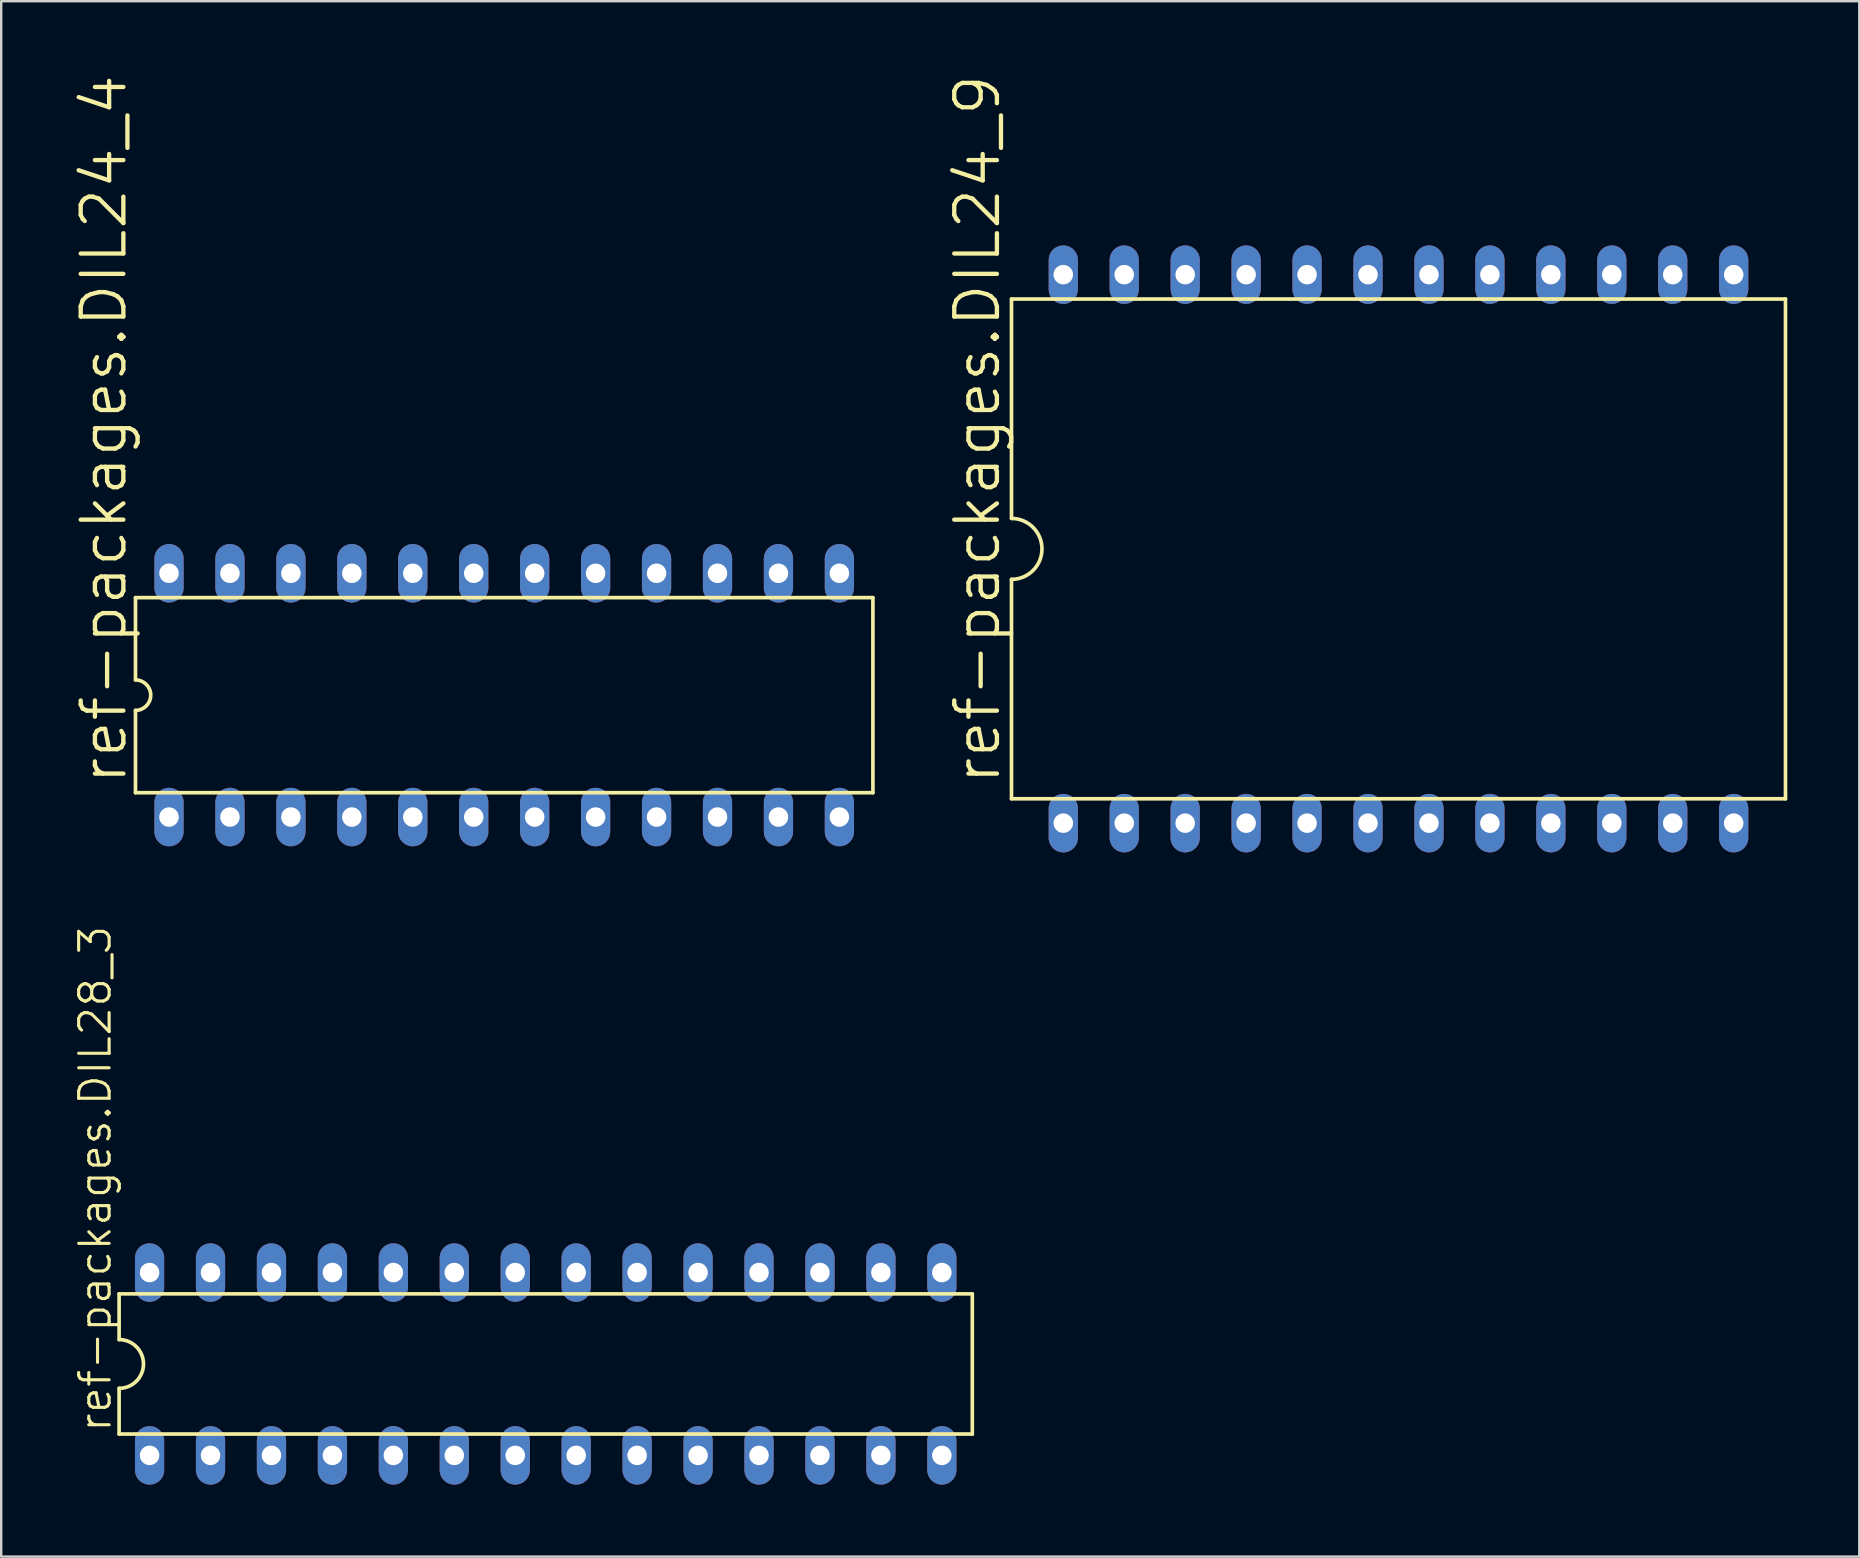
<source format=kicad_pcb>
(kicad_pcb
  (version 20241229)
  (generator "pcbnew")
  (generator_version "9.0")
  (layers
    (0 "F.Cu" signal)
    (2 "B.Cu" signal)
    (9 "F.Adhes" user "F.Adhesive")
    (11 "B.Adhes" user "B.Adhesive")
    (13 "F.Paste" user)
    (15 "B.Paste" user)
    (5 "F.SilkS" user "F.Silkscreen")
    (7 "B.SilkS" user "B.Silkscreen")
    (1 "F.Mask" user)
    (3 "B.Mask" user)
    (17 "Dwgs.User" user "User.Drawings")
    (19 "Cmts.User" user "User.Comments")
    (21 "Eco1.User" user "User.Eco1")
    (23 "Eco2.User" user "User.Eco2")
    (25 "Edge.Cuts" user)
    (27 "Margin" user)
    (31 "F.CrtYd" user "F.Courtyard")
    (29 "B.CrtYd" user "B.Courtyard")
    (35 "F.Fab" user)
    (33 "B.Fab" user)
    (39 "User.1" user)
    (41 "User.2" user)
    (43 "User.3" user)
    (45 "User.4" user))
  (footprint "ref-packages.DIL28_3"
    (layer "F.Cu")
    (at 19.694 53.797)
    (property "Reference" "ref-packages.DIL28_3" (at -18.034 2.921 90) (layer "F.SilkS") (effects (font (size 1.27 1.27) (thickness 0.13)) (justify left bottom)))
    (attr through_hole)
    (fp_line (start -17.78 -2.921) (end -17.78 -1.016) (stroke (width 0.152) (type default)) (layer "F.SilkS"))
    (fp_line (start -17.78 2.921) (end -17.78 1.016) (stroke (width 0.152) (type default)) (layer "F.SilkS"))
    (fp_line (start -17.78 2.921) (end 17.78 2.921) (stroke (width 0.152) (type default)) (layer "F.SilkS"))
    (fp_line (start 17.78 -2.921) (end -17.78 -2.921) (stroke (width 0.152) (type default)) (layer "F.SilkS"))
    (fp_line (start 17.78 -2.921) (end 17.78 2.921) (stroke (width 0.152) (type default)) (layer "F.SilkS"))
    (fp_arc (start -17.78 -1.016) (mid -16.764 0) (end -17.78 1.016) (stroke (width 0.1524) (type default)) (layer "F.SilkS"))
    (pad "1" thru_hole oval (at -16.51 3.81 90) (size 2.438 1.219) (drill 0.813) (layers "*.Cu" "*.Mask"))
    (pad "2" thru_hole oval (at -13.97 3.81 90) (size 2.438 1.219) (drill 0.813) (layers "*.Cu" "*.Mask"))
    (pad "3" thru_hole oval (at -11.43 3.81 90) (size 2.438 1.219) (drill 0.813) (layers "*.Cu" "*.Mask"))
    (pad "4" thru_hole oval (at -8.89 3.81 90) (size 2.438 1.219) (drill 0.813) (layers "*.Cu" "*.Mask"))
    (pad "5" thru_hole oval (at -6.35 3.81 90) (size 2.438 1.219) (drill 0.813) (layers "*.Cu" "*.Mask"))
    (pad "6" thru_hole oval (at -3.81 3.81 90) (size 2.438 1.219) (drill 0.813) (layers "*.Cu" "*.Mask"))
    (pad "7" thru_hole oval (at -1.27 3.81 90) (size 2.438 1.219) (drill 0.813) (layers "*.Cu" "*.Mask"))
    (pad "8" thru_hole oval (at 1.27 3.81 90) (size 2.438 1.219) (drill 0.813) (layers "*.Cu" "*.Mask"))
    (pad "9" thru_hole oval (at 3.81 3.81 90) (size 2.438 1.219) (drill 0.813) (layers "*.Cu" "*.Mask"))
    (pad "10" thru_hole oval (at 6.35 3.81 90) (size 2.438 1.219) (drill 0.813) (layers "*.Cu" "*.Mask"))
    (pad "11" thru_hole oval (at 8.89 3.81 90) (size 2.438 1.219) (drill 0.813) (layers "*.Cu" "*.Mask"))
    (pad "12" thru_hole oval (at 11.43 3.81 90) (size 2.438 1.219) (drill 0.813) (layers "*.Cu" "*.Mask"))
    (pad "13" thru_hole oval (at 13.97 3.81 90) (size 2.438 1.219) (drill 0.813) (layers "*.Cu" "*.Mask"))
    (pad "14" thru_hole oval (at 16.51 3.81 90) (size 2.438 1.219) (drill 0.813) (layers "*.Cu" "*.Mask"))
    (pad "15" thru_hole oval (at 16.51 -3.81 90) (size 2.438 1.219) (drill 0.813) (layers "*.Cu" "*.Mask"))
    (pad "16" thru_hole oval (at 13.97 -3.81 90) (size 2.438 1.219) (drill 0.813) (layers "*.Cu" "*.Mask"))
    (pad "17" thru_hole oval (at 11.43 -3.81 90) (size 2.438 1.219) (drill 0.813) (layers "*.Cu" "*.Mask"))
    (pad "18" thru_hole oval (at 8.89 -3.81 90) (size 2.438 1.219) (drill 0.813) (layers "*.Cu" "*.Mask"))
    (pad "19" thru_hole oval (at 6.35 -3.81 90) (size 2.438 1.219) (drill 0.813) (layers "*.Cu" "*.Mask"))
    (pad "20" thru_hole oval (at 3.81 -3.81 90) (size 2.438 1.219) (drill 0.813) (layers "*.Cu" "*.Mask"))
    (pad "21" thru_hole oval (at 1.27 -3.81 90) (size 2.438 1.219) (drill 0.813) (layers "*.Cu" "*.Mask"))
    (pad "22" thru_hole oval (at -1.27 -3.81 90) (size 2.438 1.219) (drill 0.813) (layers "*.Cu" "*.Mask"))
    (pad "23" thru_hole oval (at -3.81 -3.81 90) (size 2.438 1.219) (drill 0.813) (layers "*.Cu" "*.Mask"))
    (pad "24" thru_hole oval (at -6.35 -3.81 90) (size 2.438 1.219) (drill 0.813) (layers "*.Cu" "*.Mask"))
    (pad "25" thru_hole oval (at -8.89 -3.81 90) (size 2.438 1.219) (drill 0.813) (layers "*.Cu" "*.Mask"))
    (pad "26" thru_hole oval (at -11.43 -3.81 90) (size 2.438 1.219) (drill 0.813) (layers "*.Cu" "*.Mask"))
    (pad "27" thru_hole oval (at -13.97 -3.81 90) (size 2.438 1.219) (drill 0.813) (layers "*.Cu" "*.Mask"))
    (pad "28" thru_hole oval (at -16.51 -3.81 90) (size 2.438 1.219) (drill 0.813) (layers "*.Cu" "*.Mask")))
  (footprint "ref-packages.DIL24_4"
    (layer "F.Cu")
    (at 17.964 25.923)
    (property "Reference" "ref-packages.DIL24_4" (at -15.646 3.81 90) (layer "F.SilkS") (effects (font (size 1.778 1.778) (thickness 0.18)) (justify left bottom)))
    (attr through_hole)
    (fp_line (start -15.367 -4.064) (end -15.367 -0.635) (stroke (width 0.152) (type default)) (layer "F.SilkS"))
    (fp_line (start -15.367 -4.064) (end 15.367 -4.064) (stroke (width 0.152) (type default)) (layer "F.SilkS"))
    (fp_line (start -15.367 0.635) (end -15.367 4.064) (stroke (width 0.152) (type default)) (layer "F.SilkS"))
    (fp_line (start -15.367 4.064) (end 15.367 4.064) (stroke (width 0.152) (type default)) (layer "F.SilkS"))
    (fp_line (start 15.367 4.064) (end 15.367 -4.064) (stroke (width 0.152) (type default)) (layer "F.SilkS"))
    (fp_arc (start -15.367 -0.635) (mid -14.732 0) (end -15.367 0.635) (stroke (width 0.1524) (type default)) (layer "F.SilkS"))
    (pad "1" thru_hole oval (at -13.97 5.08 90) (size 2.438 1.219) (drill 0.813) (layers "*.Cu" "*.Mask"))
    (pad "2" thru_hole oval (at -11.43 5.08 90) (size 2.438 1.219) (drill 0.813) (layers "*.Cu" "*.Mask"))
    (pad "3" thru_hole oval (at -8.89 5.08 90) (size 2.438 1.219) (drill 0.813) (layers "*.Cu" "*.Mask"))
    (pad "4" thru_hole oval (at -6.35 5.08 90) (size 2.438 1.219) (drill 0.813) (layers "*.Cu" "*.Mask"))
    (pad "5" thru_hole oval (at -3.81 5.08 90) (size 2.438 1.219) (drill 0.813) (layers "*.Cu" "*.Mask"))
    (pad "6" thru_hole oval (at -1.27 5.08 90) (size 2.438 1.219) (drill 0.813) (layers "*.Cu" "*.Mask"))
    (pad "7" thru_hole oval (at 1.27 5.08 90) (size 2.438 1.219) (drill 0.813) (layers "*.Cu" "*.Mask"))
    (pad "8" thru_hole oval (at 3.81 5.08 90) (size 2.438 1.219) (drill 0.813) (layers "*.Cu" "*.Mask"))
    (pad "9" thru_hole oval (at 6.35 5.08 90) (size 2.438 1.219) (drill 0.813) (layers "*.Cu" "*.Mask"))
    (pad "10" thru_hole oval (at 8.89 5.08 90) (size 2.438 1.219) (drill 0.813) (layers "*.Cu" "*.Mask"))
    (pad "11" thru_hole oval (at 11.43 5.08 90) (size 2.438 1.219) (drill 0.813) (layers "*.Cu" "*.Mask"))
    (pad "12" thru_hole oval (at 13.97 5.08 90) (size 2.438 1.219) (drill 0.813) (layers "*.Cu" "*.Mask"))
    (pad "13" thru_hole oval (at 13.97 -5.08 90) (size 2.438 1.219) (drill 0.813) (layers "*.Cu" "*.Mask"))
    (pad "14" thru_hole oval (at 11.43 -5.08 90) (size 2.438 1.219) (drill 0.813) (layers "*.Cu" "*.Mask"))
    (pad "15" thru_hole oval (at 8.89 -5.08 90) (size 2.438 1.219) (drill 0.813) (layers "*.Cu" "*.Mask"))
    (pad "16" thru_hole oval (at 6.35 -5.08 90) (size 2.438 1.219) (drill 0.813) (layers "*.Cu" "*.Mask"))
    (pad "17" thru_hole oval (at 3.81 -5.08 90) (size 2.438 1.219) (drill 0.813) (layers "*.Cu" "*.Mask"))
    (pad "18" thru_hole oval (at 1.27 -5.08 90) (size 2.438 1.219) (drill 0.813) (layers "*.Cu" "*.Mask"))
    (pad "19" thru_hole oval (at -1.27 -5.08 90) (size 2.438 1.219) (drill 0.813) (layers "*.Cu" "*.Mask"))
    (pad "20" thru_hole oval (at -3.81 -5.08 90) (size 2.438 1.219) (drill 0.813) (layers "*.Cu" "*.Mask"))
    (pad "21" thru_hole oval (at -6.35 -5.08 90) (size 2.438 1.219) (drill 0.813) (layers "*.Cu" "*.Mask"))
    (pad "22" thru_hole oval (at -8.89 -5.08 90) (size 2.438 1.219) (drill 0.813) (layers "*.Cu" "*.Mask"))
    (pad "23" thru_hole oval (at -11.43 -5.08 90) (size 2.438 1.219) (drill 0.813) (layers "*.Cu" "*.Mask"))
    (pad "24" thru_hole oval (at -13.97 -5.08 90) (size 2.438 1.219) (drill 0.813) (layers "*.Cu" "*.Mask")))
  (footprint "ref-packages.DIL24_9"
    (layer "F.Cu")
    (at 55.236 19.827)
    (property "Reference" "ref-packages.DIL24_9" (at -16.51 9.906 90) (layer "F.SilkS") (effects (font (size 1.778 1.778) (thickness 0.18)) (justify left bottom)))
    (attr through_hole)
    (fp_line (start -16.129 -10.414) (end -16.129 -1.27) (stroke (width 0.152) (type default)) (layer "F.SilkS"))
    (fp_line (start -16.129 -10.414) (end 16.129 -10.414) (stroke (width 0.152) (type default)) (layer "F.SilkS"))
    (fp_line (start -16.129 1.27) (end -16.129 10.414) (stroke (width 0.152) (type default)) (layer "F.SilkS"))
    (fp_line (start -16.129 10.414) (end 16.129 10.414) (stroke (width 0.152) (type default)) (layer "F.SilkS"))
    (fp_line (start 16.129 10.414) (end 16.129 -10.414) (stroke (width 0.152) (type default)) (layer "F.SilkS"))
    (fp_arc (start -16.129 -1.27) (mid -14.859 0) (end -16.129 1.27) (stroke (width 0.1524) (type default)) (layer "F.SilkS"))
    (pad "1" thru_hole oval (at -13.97 11.43 90) (size 2.438 1.219) (drill 0.813) (layers "*.Cu" "*.Mask"))
    (pad "2" thru_hole oval (at -11.43 11.43 90) (size 2.438 1.219) (drill 0.813) (layers "*.Cu" "*.Mask"))
    (pad "3" thru_hole oval (at -8.89 11.43 90) (size 2.438 1.219) (drill 0.813) (layers "*.Cu" "*.Mask"))
    (pad "4" thru_hole oval (at -6.35 11.43 90) (size 2.438 1.219) (drill 0.813) (layers "*.Cu" "*.Mask"))
    (pad "5" thru_hole oval (at -3.81 11.43 90) (size 2.438 1.219) (drill 0.813) (layers "*.Cu" "*.Mask"))
    (pad "6" thru_hole oval (at -1.27 11.43 90) (size 2.438 1.219) (drill 0.813) (layers "*.Cu" "*.Mask"))
    (pad "7" thru_hole oval (at 1.27 11.43 90) (size 2.438 1.219) (drill 0.813) (layers "*.Cu" "*.Mask"))
    (pad "8" thru_hole oval (at 3.81 11.43 90) (size 2.438 1.219) (drill 0.813) (layers "*.Cu" "*.Mask"))
    (pad "9" thru_hole oval (at 6.35 11.43 90) (size 2.438 1.219) (drill 0.813) (layers "*.Cu" "*.Mask"))
    (pad "10" thru_hole oval (at 8.89 11.43 90) (size 2.438 1.219) (drill 0.813) (layers "*.Cu" "*.Mask"))
    (pad "11" thru_hole oval (at 11.43 11.43 90) (size 2.438 1.219) (drill 0.813) (layers "*.Cu" "*.Mask"))
    (pad "12" thru_hole oval (at 13.97 11.43 90) (size 2.438 1.219) (drill 0.813) (layers "*.Cu" "*.Mask"))
    (pad "13" thru_hole oval (at 13.97 -11.43 90) (size 2.438 1.219) (drill 0.813) (layers "*.Cu" "*.Mask"))
    (pad "14" thru_hole oval (at 11.43 -11.43 90) (size 2.438 1.219) (drill 0.813) (layers "*.Cu" "*.Mask"))
    (pad "15" thru_hole oval (at 8.89 -11.43 90) (size 2.438 1.219) (drill 0.813) (layers "*.Cu" "*.Mask"))
    (pad "16" thru_hole oval (at 6.35 -11.43 90) (size 2.438 1.219) (drill 0.813) (layers "*.Cu" "*.Mask"))
    (pad "17" thru_hole oval (at 3.81 -11.43 90) (size 2.438 1.219) (drill 0.813) (layers "*.Cu" "*.Mask"))
    (pad "18" thru_hole oval (at 1.27 -11.43 90) (size 2.438 1.219) (drill 0.813) (layers "*.Cu" "*.Mask"))
    (pad "19" thru_hole oval (at -1.27 -11.43 90) (size 2.438 1.219) (drill 0.813) (layers "*.Cu" "*.Mask"))
    (pad "20" thru_hole oval (at -3.81 -11.43 90) (size 2.438 1.219) (drill 0.813) (layers "*.Cu" "*.Mask"))
    (pad "21" thru_hole oval (at -6.35 -11.43 90) (size 2.438 1.219) (drill 0.813) (layers "*.Cu" "*.Mask"))
    (pad "22" thru_hole oval (at -8.89 -11.43 90) (size 2.438 1.219) (drill 0.813) (layers "*.Cu" "*.Mask"))
    (pad "23" thru_hole oval (at -11.43 -11.43 90) (size 2.438 1.219) (drill 0.813) (layers "*.Cu" "*.Mask"))
    (pad "24" thru_hole oval (at -13.97 -11.43 90) (size 2.438 1.219) (drill 0.813) (layers "*.Cu" "*.Mask")))
  (gr_rect
    (start -3 -3)
    (end 74.441 61.827)
    (stroke (width 0.1) (type default))
    (fill no)
    (layer "Edge.Cuts")))
</source>
